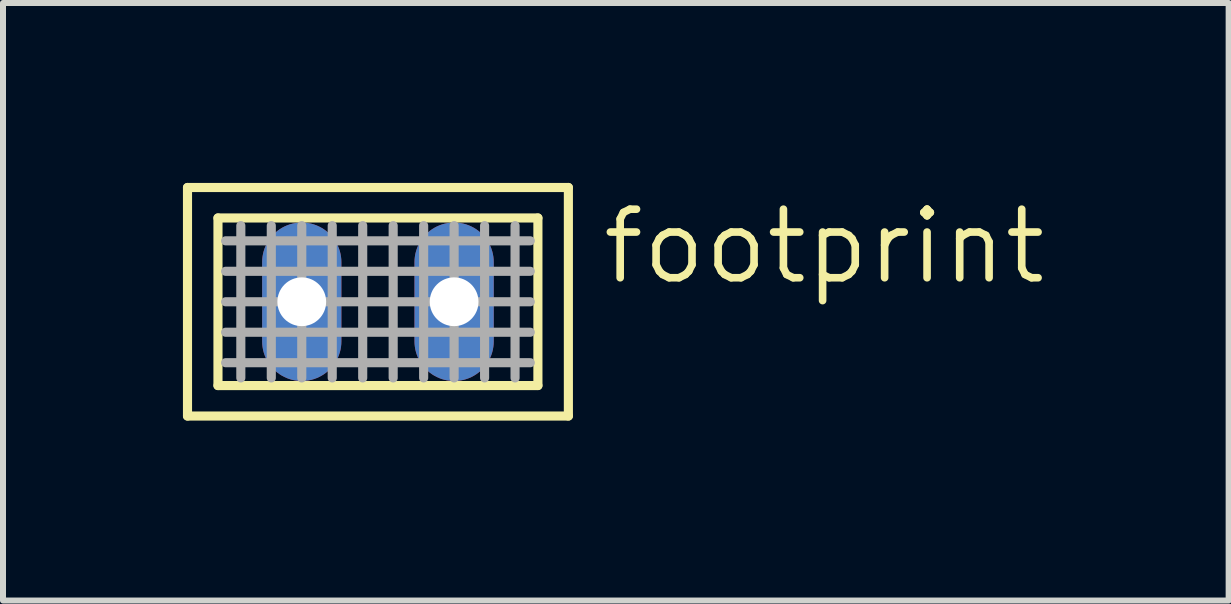
<source format=kicad_pcb>
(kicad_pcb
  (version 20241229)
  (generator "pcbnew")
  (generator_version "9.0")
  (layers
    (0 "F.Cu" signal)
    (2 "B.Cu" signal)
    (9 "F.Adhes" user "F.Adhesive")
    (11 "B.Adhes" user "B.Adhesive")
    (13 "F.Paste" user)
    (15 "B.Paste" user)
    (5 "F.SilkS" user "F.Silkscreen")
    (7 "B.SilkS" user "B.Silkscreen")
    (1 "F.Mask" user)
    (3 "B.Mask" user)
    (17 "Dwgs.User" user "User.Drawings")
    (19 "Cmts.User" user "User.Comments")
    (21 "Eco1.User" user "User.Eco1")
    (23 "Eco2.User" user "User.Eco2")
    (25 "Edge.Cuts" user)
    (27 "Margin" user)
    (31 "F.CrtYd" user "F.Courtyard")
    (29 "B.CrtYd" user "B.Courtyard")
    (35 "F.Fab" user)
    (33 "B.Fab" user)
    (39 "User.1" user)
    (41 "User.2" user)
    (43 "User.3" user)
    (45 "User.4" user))
  (footprint "footprint"
    (layer "F.Cu")
    (at 3.251 1.981)
    (property "Reference" "footprint" (at 3.683 -0.254 0) (layer "F.SilkS") (effects (font (size 1.143 1.143) (thickness 0.127)) (justify left bottom)))
    (fp_line (start -3.175 -1.905) (end -3.175 1.905) (stroke (width 0.152) (type solid)) (layer "F.SilkS"))
    (fp_line (start -3.175 -1.905) (end 3.175 -1.905) (stroke (width 0.152) (type solid)) (layer "F.SilkS"))
    (fp_line (start -2.667 -1.397) (end -2.667 1.397) (stroke (width 0.152) (type solid)) (layer "F.SilkS"))
    (fp_line (start -2.667 -1.397) (end 2.667 -1.397) (stroke (width 0.152) (type solid)) (layer "F.SilkS"))
    (fp_line (start 2.667 1.397) (end -2.667 1.397) (stroke (width 0.152) (type solid)) (layer "F.SilkS"))
    (fp_line (start 2.667 1.397) (end 2.667 -1.397) (stroke (width 0.152) (type solid)) (layer "F.SilkS"))
    (fp_line (start 3.175 1.905) (end -3.175 1.905) (stroke (width 0.152) (type solid)) (layer "F.SilkS"))
    (fp_line (start 3.175 1.905) (end 3.175 -1.905) (stroke (width 0.152) (type solid)) (layer "F.SilkS"))
    (fp_line (start -2.54 -1.016) (end 2.54 -1.016) (stroke (width 0.152) (type solid)) (layer "F.Fab"))
    (fp_line (start -2.54 -0.508) (end 2.54 -0.508) (stroke (width 0.152) (type solid)) (layer "F.Fab"))
    (fp_line (start -2.54 0) (end 2.54 0) (stroke (width 0.152) (type solid)) (layer "F.Fab"))
    (fp_line (start -2.54 0.508) (end 2.54 0.508) (stroke (width 0.152) (type solid)) (layer "F.Fab"))
    (fp_line (start -2.54 1.016) (end 2.54 1.016) (stroke (width 0.152) (type solid)) (layer "F.Fab"))
    (fp_line (start -2.286 -1.27) (end -2.286 1.27) (stroke (width 0.152) (type solid)) (layer "F.Fab"))
    (fp_line (start -1.778 -1.27) (end -1.778 1.27) (stroke (width 0.152) (type solid)) (layer "F.Fab"))
    (fp_line (start -1.27 -1.27) (end -1.27 1.27) (stroke (width 0.152) (type solid)) (layer "F.Fab"))
    (fp_line (start -0.762 -1.27) (end -0.762 1.27) (stroke (width 0.152) (type solid)) (layer "F.Fab"))
    (fp_line (start -0.254 -1.27) (end -0.254 1.27) (stroke (width 0.152) (type solid)) (layer "F.Fab"))
    (fp_line (start 0.254 -1.27) (end 0.254 1.27) (stroke (width 0.152) (type solid)) (layer "F.Fab"))
    (fp_line (start 0.762 -1.27) (end 0.762 1.27) (stroke (width 0.152) (type solid)) (layer "F.Fab"))
    (fp_line (start 1.27 -1.27) (end 1.27 1.27) (stroke (width 0.152) (type solid)) (layer "F.Fab"))
    (fp_line (start 1.778 -1.27) (end 1.778 1.27) (stroke (width 0.152) (type solid)) (layer "F.Fab"))
    (fp_line (start 2.286 -1.27) (end 2.286 1.27) (stroke (width 0.152) (type solid)) (layer "F.Fab"))
    (pad "A" thru_hole oval (at -1.27 0 90) (size 2.642 1.321) (drill 0.813) (layers "*.Cu" "*.Mask"))
    (pad "K" thru_hole oval (at 1.27 0 90) (size 2.642 1.321) (drill 0.813) (layers "*.Cu" "*.Mask")))
  (gr_rect
    (start -3 -3)
    (end 17.434 6.962)
    (stroke (width 0.1) (type default))
    (fill no)
    (layer "Edge.Cuts")))
</source>
